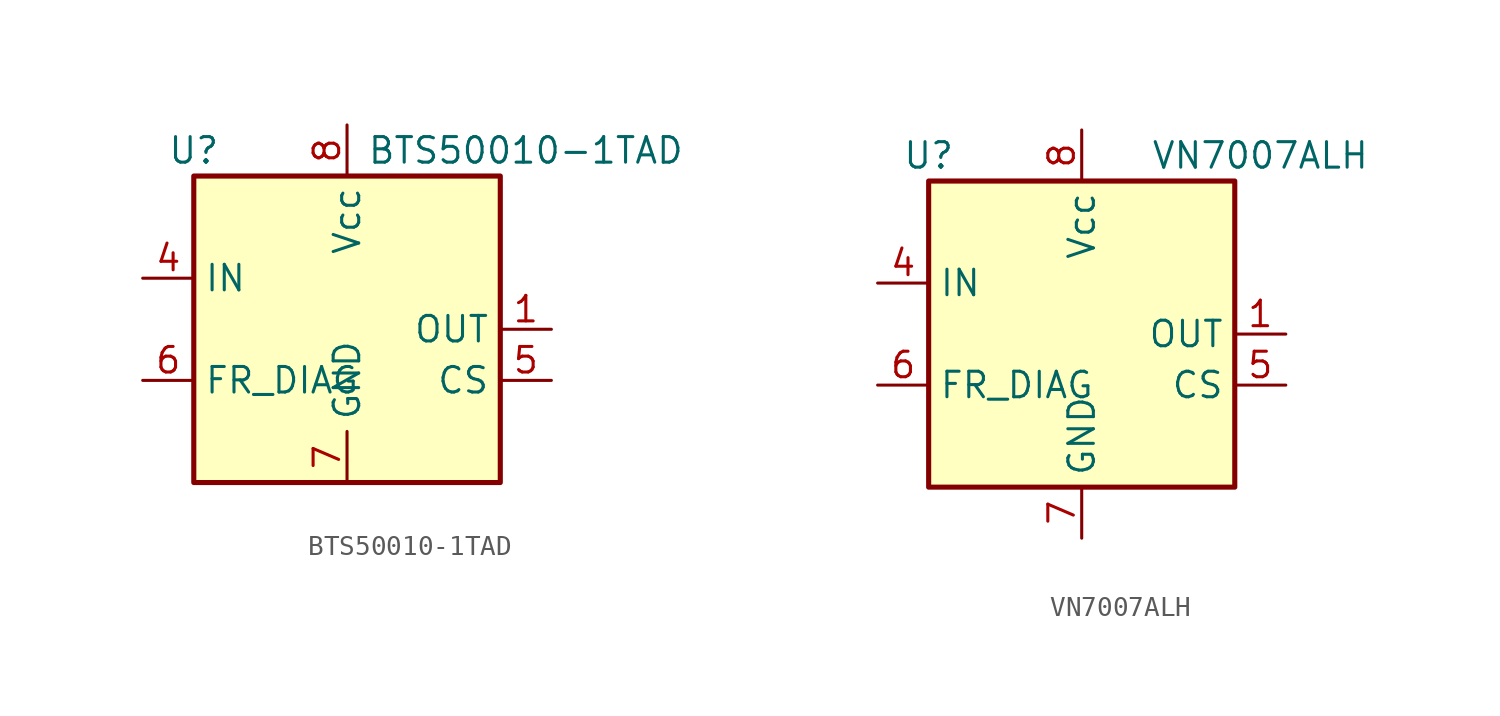
<source format=kicad_sym>
(kicad_symbol_lib
  (version 20200908)
  (generator kicad_symbol_editor)
  (symbol "ST_VN7007:BTS50010-1TAD"
    (property "Reference" "U"
      (at -7.62 8.89 0)
      (effects (font (size 1.27 1.27))))
    (property "Value" "BTS50010-1TAD"
      (at 8.89 8.89 0)
      (effects (font (size 1.27 1.27))))
    (symbol "BTS50010-1TAD_0_1"
      (rectangle (start -7.62 7.62) (end 7.62 -7.62) (stroke (width 0.254)) (fill (type background))))
    (symbol "BTS50010-1TAD_1_1"
      (pin power_in line (at 0 -7.62 90) (length 2.54) (name "GND" (effects (font (size 1.27 1.27)))) (number "7" (effects (font (size 1.27 1.27)))))
      (pin input line (at -10.16 2.54 0) (length 2.54) (name "IN" (effects (font (size 1.27 1.27)))) (number "4" (effects (font (size 1.27 1.27)))))
      (pin output line (at 10.16 -2.54 180) (length 2.54) (name "CS" (effects (font (size 1.27 1.27)))) (number "5" (effects (font (size 1.27 1.27)))))
      (pin power_in line (at 0 10.16 270) (length 2.54) (name "Vcc" (effects (font (size 1.27 1.27)))) (number "8" (effects (font (size 1.27 1.27)))))
      (pin power_out line (at 10.16 0 180) (length 2.54) (name "OUT" (effects (font (size 1.27 1.27)))) (number "1" (effects (font (size 1.27 1.27)))))
      (pin power_out line (at 10.16 0 180) (length 2.54) hide (name "OUT" (effects (font (size 1.27 1.27)))) (number "2" (effects (font (size 1.27 1.27)))))
      (pin power_out line (at 10.16 0 180) (length 2.54) hide (name "OUT" (effects (font (size 1.27 1.27)))) (number "3" (effects (font (size 1.27 1.27))))))
    (symbol "BTS50010-1TAD_0_0"
      (pin input line (at -10.16 -2.54 0) (length 2.54) (name "FR_DIAG" (effects (font (size 1.27 1.27)))) (number "6" (effects (font (size 1.27 1.27)))))))
  (symbol "ST_VN7007:VN7007ALH"
    (property "Reference" "U"
      (at -7.62 8.89 0)
      (effects (font (size 1.27 1.27))))
    (property "Value" "VN7007ALH"
      (at 8.89 8.89 0)
      (effects (font (size 1.27 1.27))))
    (symbol "VN7007ALH_0_1"
      (rectangle (start -7.62 7.62) (end 7.62 -7.62) (stroke (width 0.254)) (fill (type background))))
    (symbol "VN7007ALH_1_1"
      (pin power_in line (at 0 -10.16 90) (length 2.54) (name "GND" (effects (font (size 1.27 1.27)))) (number "7" (effects (font (size 1.27 1.27)))))
      (pin input line (at -10.16 2.54 0) (length 2.54) (name "IN" (effects (font (size 1.27 1.27)))) (number "4" (effects (font (size 1.27 1.27)))))
      (pin output line (at 10.16 -2.54 180) (length 2.54) (name "CS" (effects (font (size 1.27 1.27)))) (number "5" (effects (font (size 1.27 1.27)))))
      (pin power_in line (at 0 10.16 270) (length 2.54) (name "Vcc" (effects (font (size 1.27 1.27)))) (number "8" (effects (font (size 1.27 1.27)))))
      (pin power_out line (at 10.16 0 180) (length 2.54) (name "OUT" (effects (font (size 1.27 1.27)))) (number "1" (effects (font (size 1.27 1.27)))))
      (pin power_out line (at 10.16 0 180) (length 2.54) hide (name "OUT" (effects (font (size 1.27 1.27)))) (number "2" (effects (font (size 1.27 1.27)))))
      (pin power_out line (at 10.16 0 180) (length 2.54) hide (name "OUT" (effects (font (size 1.27 1.27)))) (number "3" (effects (font (size 1.27 1.27))))))
    (symbol "VN7007ALH_0_0"
      (pin input line (at -10.16 -2.54 0) (length 2.54) (name "FR_DIAG" (effects (font (size 1.27 1.27)))) (number "6" (effects (font (size 1.27 1.27))))))))
</source>
